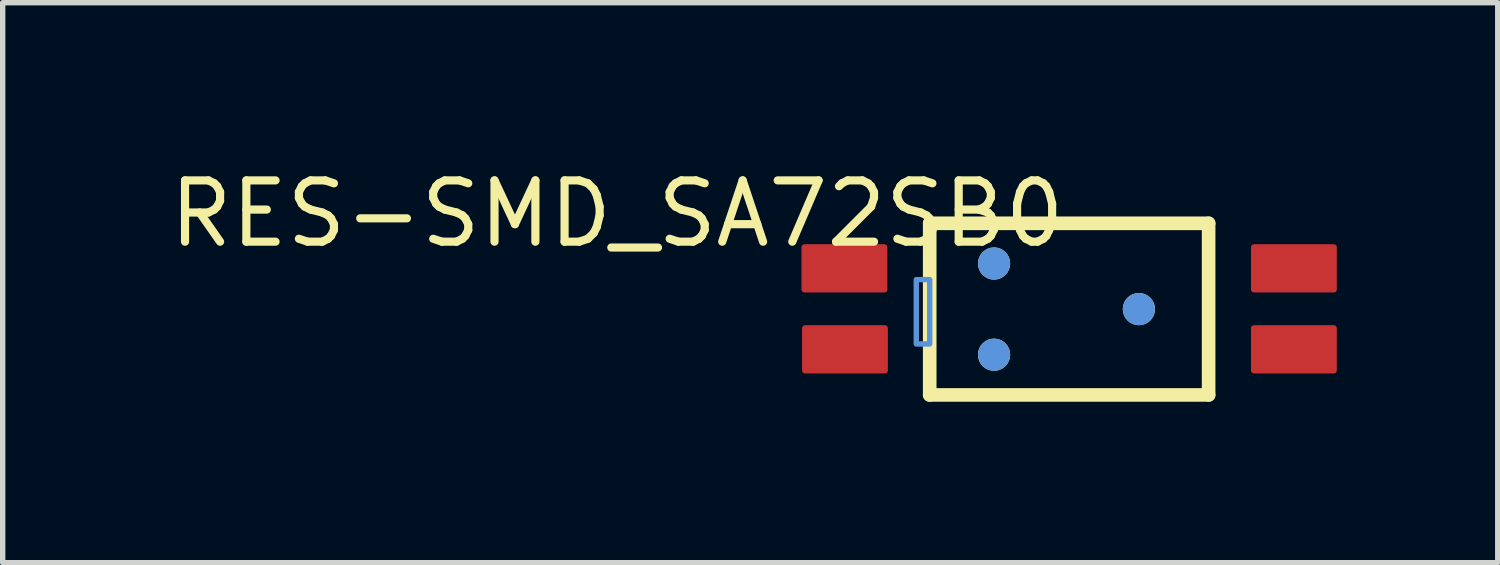
<source format=kicad_pcb>
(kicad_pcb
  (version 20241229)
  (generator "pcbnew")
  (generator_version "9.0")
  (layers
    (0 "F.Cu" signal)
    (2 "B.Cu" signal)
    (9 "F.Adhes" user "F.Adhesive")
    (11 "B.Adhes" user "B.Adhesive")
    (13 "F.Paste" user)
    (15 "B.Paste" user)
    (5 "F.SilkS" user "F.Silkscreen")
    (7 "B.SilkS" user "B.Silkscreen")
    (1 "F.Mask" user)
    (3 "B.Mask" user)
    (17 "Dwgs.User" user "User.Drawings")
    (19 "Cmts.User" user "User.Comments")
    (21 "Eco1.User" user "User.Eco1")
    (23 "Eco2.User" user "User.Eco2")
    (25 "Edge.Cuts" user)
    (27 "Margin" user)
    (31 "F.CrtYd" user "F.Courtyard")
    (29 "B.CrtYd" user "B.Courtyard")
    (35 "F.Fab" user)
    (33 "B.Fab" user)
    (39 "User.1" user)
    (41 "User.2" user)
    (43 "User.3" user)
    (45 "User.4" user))
  (footprint "RES-SMD_SA72SB0"
    (layer "F.Cu")
    (at 16.883 2.713)
    (property "Reference" "RES-SMD_SA72SB0" (at 0 -1.778 180) (layer "F.SilkS") (effects (font (size 1.143 1.143) (thickness 0.152)) (justify right)))
    (attr smd)
    (fp_line (start -2.6 -1.6) (end 2.6 -1.6) (stroke (width 0.254) (type solid)) (layer "F.SilkS"))
    (fp_line (start -2.6 1.6) (end -2.6 -1.6) (stroke (width 0.254) (type solid)) (layer "F.SilkS"))
    (fp_line (start 2.6 -1.6) (end 2.6 1.6) (stroke (width 0.254) (type solid)) (layer "F.SilkS"))
    (fp_line (start 2.6 1.6) (end -2.6 1.6) (stroke (width 0.254) (type solid)) (layer "F.SilkS"))
    (fp_circle (center -1.4 -0.85) (end -1.25 -0.85) (stroke (width 0.3) (type solid)) (fill no) (layer "F.SilkS"))
    (fp_circle (center -1.4 0.85) (end -1.25 0.85) (stroke (width 0.3) (type solid)) (fill no) (layer "F.SilkS"))
    (fp_circle (center 1.3 0) (end 1.45 0) (stroke (width 0.3) (type solid)) (fill no) (layer "F.SilkS"))
    (fp_circle (center -1.4 -0.85) (end -1.25 -0.85) (stroke (width 0.3) (type solid)) (fill no) (layer "Cmts.User"))
    (fp_circle (center -1.4 0.85) (end -1.25 0.85) (stroke (width 0.3) (type solid)) (fill no) (layer "Cmts.User"))
    (fp_circle (center 1.3 0) (end 1.45 0) (stroke (width 0.3) (type solid)) (fill no) (layer "Cmts.User"))
    (fp_poly (pts (xy -2.6 -0.55) (xy -2.85 -0.55) (xy -2.85 0.65) (xy -2.6 0.65)) (stroke (width 0.1) (type solid)) (fill no) (layer "Cmts.User"))
    (pad "1" smd custom (at -4.19 -0.76 90) (size 0.000002 0.000002) (layers "F.Cu" "F.Mask" "F.Paste") (options (anchor rect)) (primitives (gr_poly (pts (xy 0.4 0.75) (xy -0.4 0.75) (xy -0.4 -0.75) (xy 0.4 -0.75)) (width 0.1) (fill yes))))
    (pad "2" smd custom (at -4.18 0.75 90) (size 0.000002 0.000002) (layers "F.Cu" "F.Mask" "F.Paste") (options (anchor rect)) (primitives (gr_poly (pts (xy 0.4 0.75) (xy -0.4 0.75) (xy -0.4 -0.75) (xy 0.4 -0.75)) (width 0.1) (fill yes))))
    (pad "3" smd custom (at 4.19 0.75 90) (size 0.000002 0.000002) (layers "F.Cu" "F.Mask" "F.Paste") (options (anchor rect)) (primitives (gr_poly (pts (xy 0.4 0.75) (xy -0.4 0.75) (xy -0.4 -0.75) (xy 0.4 -0.75)) (width 0.1) (fill yes))))
    (pad "4" smd custom (at 4.19 -0.76 90) (size 0.000002 0.000002) (layers "F.Cu" "F.Mask" "F.Paste") (options (anchor rect)) (primitives (gr_poly (pts (xy 0.4 0.75) (xy -0.4 0.75) (xy -0.4 -0.75) (xy 0.4 -0.75)) (width 0.1) (fill yes)))))
  (gr_rect
    (start -3 -3)
    (end 24.873 7.44)
    (stroke (width 0.1) (type default))
    (fill no)
    (layer "Edge.Cuts")))
</source>
